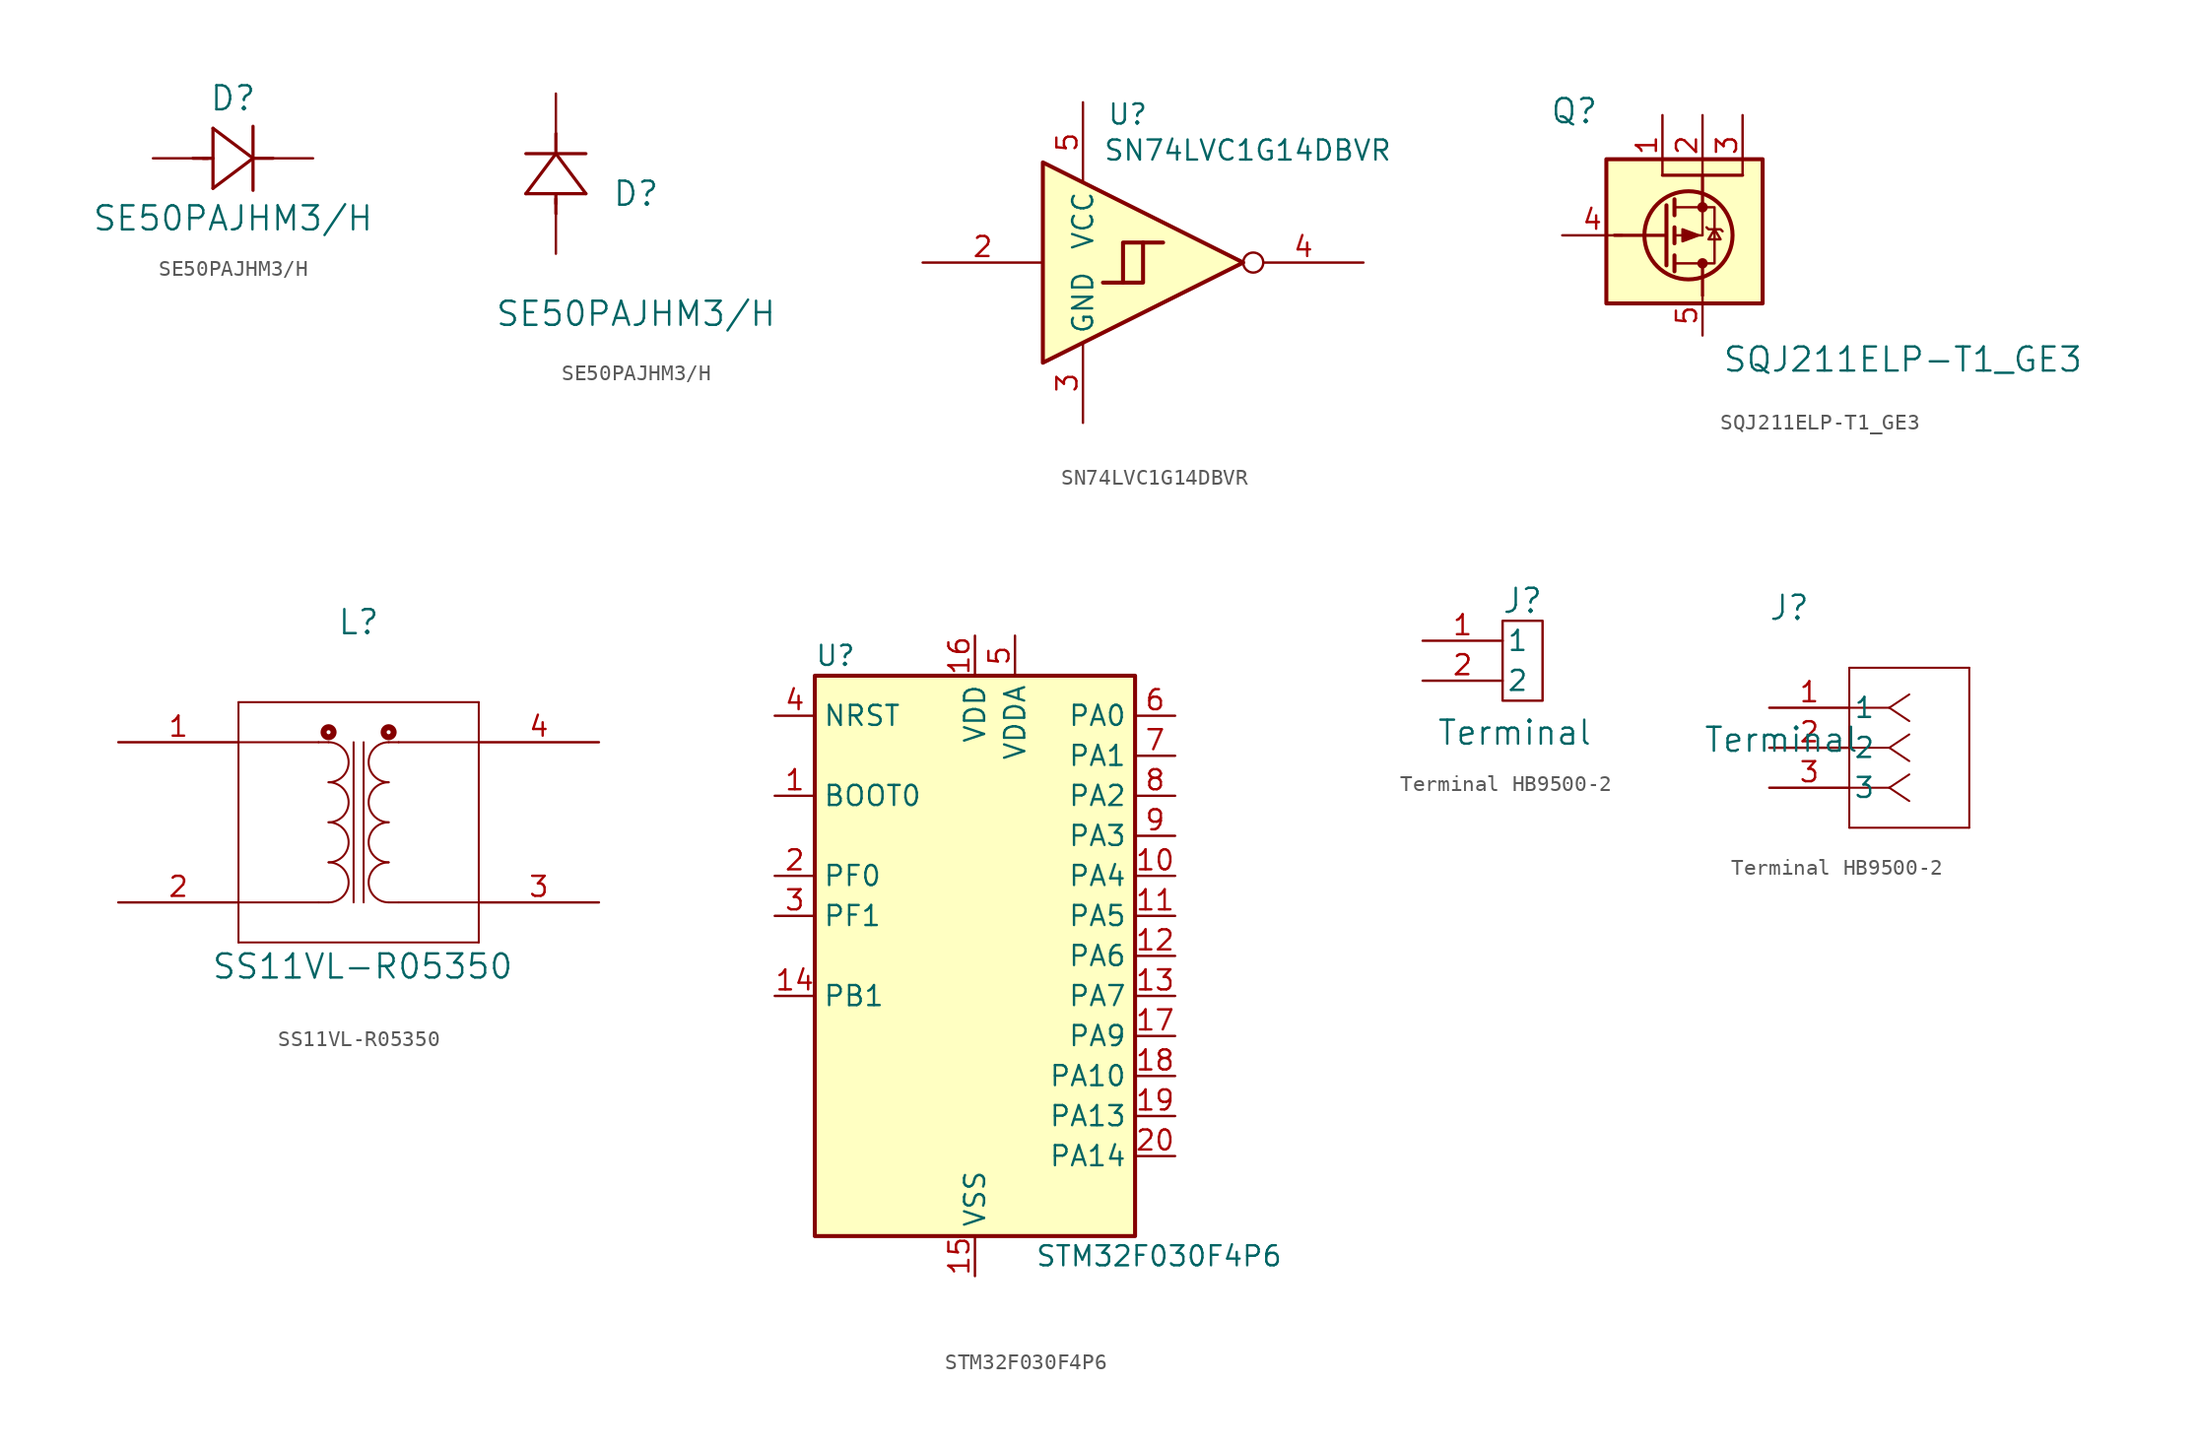
<source format=kicad_sym>
(kicad_symbol_lib
  (version 20231120)
  (generator "kicad_symbol_editor")
  (generator_version "8.0")
  (symbol "SE50PAJHM3/H"
    (pin_numbers hide)
    (pin_names
      (offset 0.254) hide)
    (property "Reference" "D"
      (at 5.08 3.81 0)
      (effects (font (size 1.524 1.524))))
    (property "Value" " SE50PAJHM3/H"
      (at 5.08 -3.81 0)
      (effects (font (size 1.524 1.524))))
    (symbol "SE50PAJHM3/H_1_1"
      (polyline (pts (xy 2.54 0) (xy 3.48 0)) (stroke (width 0.203) (type default)) (fill (type none)))
      (polyline (pts (xy 3.175 0) (xy 3.81 0)) (stroke (width 0.203) (type default)) (fill (type none)))
      (polyline (pts (xy 3.81 -1.905) (xy 6.35 0)) (stroke (width 0.203) (type default)) (fill (type none)))
      (polyline (pts (xy 3.81 1.905) (xy 3.81 -1.905)) (stroke (width 0.203) (type default)) (fill (type none)))
      (polyline (pts (xy 6.35 -2.032) (xy 6.35 2.032)) (stroke (width 0.203) (type default)) (fill (type none)))
      (polyline (pts (xy 6.35 0) (xy 3.81 1.905)) (stroke (width 0.203) (type default)) (fill (type none)))
      (polyline (pts (xy 6.35 0) (xy 7.62 0)) (stroke (width 0.203) (type default)) (fill (type none)))
      (pin unspecified line (at 10.16 0 180) (length 2.54) (name "" (effects (font (size 1.27 1.27)))) (number "1" (effects (font (size 1.27 1.27)))))
      (pin unspecified line (at 0 0 0) (length 2.54) (name "" (effects (font (size 1.27 1.27)))) (number "2" (effects (font (size 1.27 1.27))))))
    (symbol "SE50PAJHM3/H_1_2"
      (polyline (pts (xy -1.905 3.81) (xy 1.905 3.81)) (stroke (width 0.203) (type default)) (fill (type none)))
      (polyline (pts (xy 0 2.54) (xy 0 3.48)) (stroke (width 0.203) (type default)) (fill (type none)))
      (polyline (pts (xy 0 3.175) (xy 0 3.81)) (stroke (width 0.203) (type default)) (fill (type none)))
      (polyline (pts (xy 0 6.35) (xy -1.905 3.81)) (stroke (width 0.203) (type default)) (fill (type none)))
      (polyline (pts (xy 0 6.35) (xy 0 7.62)) (stroke (width 0.203) (type default)) (fill (type none)))
      (polyline (pts (xy 1.905 3.81) (xy 0 6.35)) (stroke (width 0.203) (type default)) (fill (type none)))
      (polyline (pts (xy 1.905 6.35) (xy -1.905 6.35)) (stroke (width 0.203) (type default)) (fill (type none)))
      (pin unspecified line (at 0 10.16 270) (length 2.54) (name "" (effects (font (size 1.27 1.27)))) (number "1" (effects (font (size 1.27 1.27)))))
      (pin unspecified line (at 0 0 90) (length 2.54) (name "" (effects (font (size 1.27 1.27)))) (number "2" (effects (font (size 1.27 1.27)))))))
  (symbol "SN74LVC1G14DBVR"
    (property "Reference" "U"
      (at 4.064 9.398 0)
      (effects (font (size 1.27 1.27)) (justify left)))
    (property "Value" "SN74LVC1G14DBVR"
      (at 3.81 7.112 0)
      (effects (font (size 1.27 1.27)) (justify left)))
    (symbol "SN74LVC1G14DBVR_0_1"
      (polyline (pts (xy 0 6.35) (xy 0 -6.35) (xy 12.7 0) (xy 0 6.35)) (stroke (width 0.254) (type default)) (fill (type background))))
    (symbol "SN74LVC1G14DBVR_1_1"
      (polyline (pts (xy 3.81 -1.27) (xy 6.35 -1.27) (xy 6.35 1.27)) (stroke (width 0.254) (type default)) (fill (type none)))
      (polyline (pts (xy 5.08 -1.27) (xy 5.08 1.27) (xy 7.62 1.27)) (stroke (width 0.254) (type default)) (fill (type none)))
      (pin no_connect line (at 0 5.08 180) (length 5.08) hide (name "NC" (effects (font (size 1.27 1.27)))) (number "1" (effects (font (size 1.27 1.27)))))
      (pin input line (at -7.62 0 0) (length 7.62) (name "~" (effects (font (size 1.27 1.27)))) (number "2" (effects (font (size 1.27 1.27)))))
      (pin power_in line (at 2.54 -10.16 90) (length 5.08) (name "GND" (effects (font (size 1.27 1.27)))) (number "3" (effects (font (size 1.27 1.27)))))
      (pin output inverted (at 20.32 0 180) (length 7.62) (name "~" (effects (font (size 1.27 1.27)))) (number "4" (effects (font (size 1.27 1.27)))))
      (pin power_in line (at 2.54 10.16 270) (length 5.08) (name "VCC" (effects (font (size 1.27 1.27)))) (number "5" (effects (font (size 1.27 1.27)))))))
  (symbol "SQJ211ELP-T1_GE3"
    (pin_names
      (offset 0.254) hide)
    (property "Reference" "Q"
      (at -0.508 10.414 0)
      (effects (font (size 1.524 1.524))))
    (property "Value" "SQJ211ELP-T1_GE3"
      (at 20.32 -5.334 0)
      (effects (font (size 1.524 1.524))))
    (symbol "SQJ211ELP-T1_GE3_0_1"
      (polyline (pts (xy 2.032 2.54) (xy 5.207 2.54)) (stroke (width 0.203) (type default)) (fill (type none)))
      (polyline (pts (xy 5.334 4.445) (xy 5.334 0.635)) (stroke (width 0.254) (type default)) (fill (type none)))
      (polyline (pts (xy 5.842 1.27) (xy 5.842 0.254)) (stroke (width 0.254) (type default)) (fill (type none)))
      (polyline (pts (xy 5.842 3.048) (xy 5.842 2.032)) (stroke (width 0.254) (type default)) (fill (type none)))
      (polyline (pts (xy 5.842 4.826) (xy 5.842 3.81)) (stroke (width 0.254) (type default)) (fill (type none)))
      (polyline (pts (xy 7.62 4.318) (xy 7.62 2.54) (xy 5.842 2.54)) (stroke (width 0) (type default)) (fill (type none)))
      (polyline (pts (xy 5.842 0.762) (xy 8.382 0.762) (xy 8.382 4.318) (xy 5.842 4.318)) (stroke (width 0) (type default)) (fill (type none)))
      (polyline (pts (xy 7.366 2.54) (xy 6.35 2.921) (xy 6.35 2.159) (xy 7.366 2.54)) (stroke (width 0) (type default)) (fill (type outline)))
      (polyline (pts (xy 7.874 3.048) (xy 8.001 2.921) (xy 8.763 2.921) (xy 8.89 2.794)) (stroke (width 0) (type default)) (fill (type none)))
      (polyline (pts (xy 8.382 2.921) (xy 8.001 2.286) (xy 8.763 2.286) (xy 8.382 2.921)) (stroke (width 0) (type default)) (fill (type none)))
      (circle (center 6.731 2.54) (radius 2.794) (stroke (width 0.254) (type default)) (fill (type none)))
      (circle (center 7.62 0.762) (radius 0.254) (stroke (width 0) (type default)) (fill (type outline)))
      (circle (center 7.62 4.318) (radius 0.254) (stroke (width 0) (type default)) (fill (type outline)))
      (pin unspecified line (at 5.08 10.16 270) (length 3.81) (name "S" (effects (font (size 1.27 1.27)))) (number "1" (effects (font (size 1.27 1.27)))))
      (pin unspecified line (at 7.62 10.16 270) (length 3.81) (name "S" (effects (font (size 1.27 1.27)))) (number "2" (effects (font (size 1.27 1.27)))))
      (pin unspecified line (at 10.16 10.16 270) (length 3.81) (name "S" (effects (font (size 1.27 1.27)))) (number "3" (effects (font (size 1.27 1.27)))))
      (pin unspecified line (at -1.27 2.54 0) (length 3.81) (name "G" (effects (font (size 1.27 1.27)))) (number "4" (effects (font (size 1.27 1.27)))))
      (pin unspecified line (at 7.62 -3.81 90) (length 2.54) (name "D" (effects (font (size 1.27 1.27)))) (number "5" (effects (font (size 1.27 1.27))))))
    (symbol "SQJ211ELP-T1_GE3_1_1"
      (polyline (pts (xy 5.08 6.35) (xy 10.16 6.35)) (stroke (width 0.203) (type default)) (fill (type none)))
      (polyline (pts (xy 7.62 -1.27) (xy 7.62 0.762)) (stroke (width 0.203) (type default)) (fill (type none)))
      (polyline (pts (xy 7.62 6.35) (xy 7.62 4.318)) (stroke (width 0.203) (type default)) (fill (type none)))
      (rectangle (start 1.524 7.366) (end 11.43 -1.778) (stroke (width 0.254) (type default)) (fill (type background)))))
  (symbol "SS11VL-R05350"
    (pin_names
      (offset 0.254) hide)
    (property "Reference" "L"
      (at 15.24 17.78 0)
      (effects (font (size 1.524 1.524))))
    (property "Value" "SS11VL-R05350"
      (at 15.494 -4.064 0)
      (effects (font (size 1.524 1.524))))
    (symbol "SS11VL-R05350_0_1"
      (polyline (pts (xy 7.62 -2.54) (xy 22.86 -2.54)) (stroke (width 0.127) (type default)) (fill (type none)))
      (polyline (pts (xy 7.62 0) (xy 12.7 0)) (stroke (width 0.127) (type default)) (fill (type none)))
      (polyline (pts (xy 7.62 10.16) (xy 12.7 10.16)) (stroke (width 0.127) (type default)) (fill (type none)))
      (polyline (pts (xy 7.62 12.7) (xy 7.62 -2.54)) (stroke (width 0.127) (type default)) (fill (type none)))
      (polyline (pts (xy 12.7 10.16) (xy 13.335 10.16)) (stroke (width 0.127) (type default)) (fill (type none)))
      (polyline (pts (xy 13.335 0) (xy 12.7 0)) (stroke (width 0.127) (type default)) (fill (type none)))
      (polyline (pts (xy 14.922 10.16) (xy 14.922 0)) (stroke (width 0.127) (type default)) (fill (type none)))
      (polyline (pts (xy 15.557 10.16) (xy 15.557 0)) (stroke (width 0.127) (type default)) (fill (type none)))
      (polyline (pts (xy 17.145 0) (xy 17.78 0)) (stroke (width 0.127) (type default)) (fill (type none)))
      (polyline (pts (xy 17.78 10.16) (xy 17.145 10.16)) (stroke (width 0.127) (type default)) (fill (type none)))
      (polyline (pts (xy 22.86 -2.54) (xy 22.86 12.7)) (stroke (width 0.127) (type default)) (fill (type none)))
      (polyline (pts (xy 22.86 0) (xy 17.78 0)) (stroke (width 0.127) (type default)) (fill (type none)))
      (polyline (pts (xy 22.86 10.16) (xy 17.78 10.16)) (stroke (width 0.127) (type default)) (fill (type none)))
      (polyline (pts (xy 22.86 12.7) (xy 7.62 12.7)) (stroke (width 0.127) (type default)) (fill (type none)))
      (arc (start 13.335 0) (mid 14.6 1.27) (end 13.335 2.54) (stroke (width 0.127) (type default)) (fill (type none)))
      (arc (start 13.335 2.54) (mid 14.6 3.81) (end 13.335 5.08) (stroke (width 0.127) (type default)) (fill (type none)))
      (arc (start 13.335 5.08) (mid 14.6 6.35) (end 13.335 7.62) (stroke (width 0.127) (type default)) (fill (type none)))
      (arc (start 13.335 7.62) (mid 14.6 8.89) (end 13.335 10.16) (stroke (width 0.127) (type default)) (fill (type none)))
      (circle (center 13.335 10.795) (radius 0.127) (stroke (width 0.381) (type default)) (fill (type none)))
      (arc (start 17.145 2.54) (mid 15.88 1.27) (end 17.145 0) (stroke (width 0.127) (type default)) (fill (type none)))
      (arc (start 17.145 5.08) (mid 15.88 3.81) (end 17.145 2.54) (stroke (width 0.127) (type default)) (fill (type none)))
      (arc (start 17.145 7.62) (mid 15.88 6.35) (end 17.145 5.08) (stroke (width 0.127) (type default)) (fill (type none)))
      (arc (start 17.145 10.16) (mid 15.88 8.89) (end 17.145 7.62) (stroke (width 0.127) (type default)) (fill (type none)))
      (circle (center 17.145 10.795) (radius 0.127) (stroke (width 0.381) (type default)) (fill (type none)))
      (pin unspecified line (at 0 10.16 0) (length 7.62) (name "1" (effects (font (size 1.27 1.27)))) (number "1" (effects (font (size 1.27 1.27)))))
      (pin unspecified line (at 0 0 0) (length 7.62) (name "2" (effects (font (size 1.27 1.27)))) (number "2" (effects (font (size 1.27 1.27)))))
      (pin unspecified line (at 30.48 0 180) (length 7.62) (name "3" (effects (font (size 1.27 1.27)))) (number "3" (effects (font (size 1.27 1.27)))))
      (pin unspecified line (at 30.48 10.16 180) (length 7.62) (name "4" (effects (font (size 1.27 1.27)))) (number "4" (effects (font (size 1.27 1.27)))))))
  (symbol "STM32F030F4P6"
    (property "Reference" "U"
      (at 0 36.83 0)
      (effects (font (size 1.27 1.27)) (justify left)))
    (property "Value" "STM32F030F4P6"
      (at 13.97 -1.27 0)
      (effects (font (size 1.27 1.27)) (justify left)))
    (symbol "STM32F030F4P6_0_1"
      (rectangle (start 0 0) (end 20.32 35.56) (stroke (width 0.254) (type default)) (fill (type background))))
    (symbol "STM32F030F4P6_1_1"
      (pin input line (at -2.54 27.94 0) (length 2.54) (name "BOOT0" (effects (font (size 1.27 1.27)))) (number "1" (effects (font (size 1.27 1.27)))))
      (pin bidirectional line (at 22.86 22.86 180) (length 2.54) (name "PA4" (effects (font (size 1.27 1.27)))) (number "10" (effects (font (size 1.27 1.27)))) (alternate "ADC_IN4" bidirectional line) (alternate "SPI1_NSS" bidirectional line) (alternate "TIM14_CH1" bidirectional line) (alternate "USART1_CK" bidirectional line))
      (pin bidirectional line (at 22.86 20.32 180) (length 2.54) (name "PA5" (effects (font (size 1.27 1.27)))) (number "11" (effects (font (size 1.27 1.27)))) (alternate "ADC_IN5" bidirectional line) (alternate "SPI1_SCK" bidirectional line))
      (pin bidirectional line (at 22.86 17.78 180) (length 2.54) (name "PA6" (effects (font (size 1.27 1.27)))) (number "12" (effects (font (size 1.27 1.27)))) (alternate "ADC_IN6" bidirectional line) (alternate "SPI1_MISO" bidirectional line) (alternate "TIM16_CH1" bidirectional line) (alternate "TIM1_BKIN" bidirectional line) (alternate "TIM3_CH1" bidirectional line))
      (pin bidirectional line (at 22.86 15.24 180) (length 2.54) (name "PA7" (effects (font (size 1.27 1.27)))) (number "13" (effects (font (size 1.27 1.27)))) (alternate "ADC_IN7" bidirectional line) (alternate "SPI1_MOSI" bidirectional line) (alternate "TIM14_CH1" bidirectional line) (alternate "TIM17_CH1" bidirectional line) (alternate "TIM1_CH1N" bidirectional line) (alternate "TIM3_CH2" bidirectional line))
      (pin bidirectional line (at -2.54 15.24 0) (length 2.54) (name "PB1" (effects (font (size 1.27 1.27)))) (number "14" (effects (font (size 1.27 1.27)))) (alternate "ADC_IN9" bidirectional line) (alternate "TIM14_CH1" bidirectional line) (alternate "TIM1_CH3N" bidirectional line) (alternate "TIM3_CH4" bidirectional line))
      (pin power_in line (at 10.16 -2.54 90) (length 2.54) (name "VSS" (effects (font (size 1.27 1.27)))) (number "15" (effects (font (size 1.27 1.27)))))
      (pin power_in line (at 10.16 38.1 270) (length 2.54) (name "VDD" (effects (font (size 1.27 1.27)))) (number "16" (effects (font (size 1.27 1.27)))))
      (pin bidirectional line (at 22.86 12.7 180) (length 2.54) (name "PA9" (effects (font (size 1.27 1.27)))) (number "17" (effects (font (size 1.27 1.27)))) (alternate "I2C1_SCL" bidirectional line) (alternate "TIM1_CH2" bidirectional line) (alternate "USART1_TX" bidirectional line))
      (pin bidirectional line (at 22.86 10.16 180) (length 2.54) (name "PA10" (effects (font (size 1.27 1.27)))) (number "18" (effects (font (size 1.27 1.27)))) (alternate "I2C1_SDA" bidirectional line) (alternate "TIM17_BKIN" bidirectional line) (alternate "TIM1_CH3" bidirectional line) (alternate "USART1_RX" bidirectional line))
      (pin bidirectional line (at 22.86 7.62 180) (length 2.54) (name "PA13" (effects (font (size 1.27 1.27)))) (number "19" (effects (font (size 1.27 1.27)))) (alternate "IR_OUT" bidirectional line) (alternate "SYS_SWDIO" bidirectional line))
      (pin bidirectional line (at -2.54 22.86 0) (length 2.54) (name "PF0" (effects (font (size 1.27 1.27)))) (number "2" (effects (font (size 1.27 1.27)))) (alternate "RCC_OSC_IN" bidirectional line))
      (pin bidirectional line (at 22.86 5.08 180) (length 2.54) (name "PA14" (effects (font (size 1.27 1.27)))) (number "20" (effects (font (size 1.27 1.27)))) (alternate "SYS_SWCLK" bidirectional line) (alternate "USART1_TX" bidirectional line))
      (pin bidirectional line (at -2.54 20.32 0) (length 2.54) (name "PF1" (effects (font (size 1.27 1.27)))) (number "3" (effects (font (size 1.27 1.27)))) (alternate "RCC_OSC_OUT" bidirectional line))
      (pin input line (at -2.54 33.02 0) (length 2.54) (name "NRST" (effects (font (size 1.27 1.27)))) (number "4" (effects (font (size 1.27 1.27)))))
      (pin power_in line (at 12.7 38.1 270) (length 2.54) (name "VDDA" (effects (font (size 1.27 1.27)))) (number "5" (effects (font (size 1.27 1.27)))))
      (pin bidirectional line (at 22.86 33.02 180) (length 2.54) (name "PA0" (effects (font (size 1.27 1.27)))) (number "6" (effects (font (size 1.27 1.27)))) (alternate "ADC_IN0" bidirectional line) (alternate "RTC_TAMP2" bidirectional line) (alternate "SYS_WKUP1" bidirectional line) (alternate "USART1_CTS" bidirectional line))
      (pin bidirectional line (at 22.86 30.48 180) (length 2.54) (name "PA1" (effects (font (size 1.27 1.27)))) (number "7" (effects (font (size 1.27 1.27)))) (alternate "ADC_IN1" bidirectional line) (alternate "USART1_DE" bidirectional line) (alternate "USART1_RTS" bidirectional line))
      (pin bidirectional line (at 22.86 27.94 180) (length 2.54) (name "PA2" (effects (font (size 1.27 1.27)))) (number "8" (effects (font (size 1.27 1.27)))) (alternate "ADC_IN2" bidirectional line) (alternate "USART1_TX" bidirectional line))
      (pin bidirectional line (at 22.86 25.4 180) (length 2.54) (name "PA3" (effects (font (size 1.27 1.27)))) (number "9" (effects (font (size 1.27 1.27)))) (alternate "ADC_IN3" bidirectional line) (alternate "USART1_RX" bidirectional line))))
  (symbol "Terminal HB9500-2"
    (pin_names
      (offset 0.254))
    (property "Reference" "J"
      (at 1.27 6.35 0)
      (effects (font (size 1.524 1.524))))
    (property "Value" "Terminal"
      (at 0.762 -2.032 0)
      (effects (font (size 1.524 1.524))))
    (symbol "Terminal HB9500-2_1_1"
      (polyline (pts (xy 0 5.08) (xy 0 0) (xy 2.54 0) (xy 2.54 5.08) (xy 0 5.08)) (stroke (width 0) (type default)) (fill (type none)))
      (pin unspecified line (at -5.08 3.81 0) (length 5.08) (name "1" (effects (font (size 1.27 1.27)))) (number "1" (effects (font (size 1.27 1.27)))))
      (pin unspecified line (at -5.08 1.27 0) (length 5.08) (name "2" (effects (font (size 1.27 1.27)))) (number "2" (effects (font (size 1.27 1.27))))))
    (symbol "Terminal HB9500-2_1_2"
      (polyline (pts (xy 5.08 -7.62) (xy 12.7 -7.62)) (stroke (width 0.127) (type default)) (fill (type none)))
      (polyline (pts (xy 5.08 2.54) (xy 5.08 -7.62)) (stroke (width 0.127) (type default)) (fill (type none)))
      (polyline (pts (xy 7.62 -5.08) (xy 5.08 -5.08)) (stroke (width 0.127) (type default)) (fill (type none)))
      (polyline (pts (xy 7.62 -5.08) (xy 8.89 -5.927)) (stroke (width 0.127) (type default)) (fill (type none)))
      (polyline (pts (xy 7.62 -5.08) (xy 8.89 -4.233)) (stroke (width 0.127) (type default)) (fill (type none)))
      (polyline (pts (xy 7.62 -2.54) (xy 5.08 -2.54)) (stroke (width 0.127) (type default)) (fill (type none)))
      (polyline (pts (xy 7.62 -2.54) (xy 8.89 -3.387)) (stroke (width 0.127) (type default)) (fill (type none)))
      (polyline (pts (xy 7.62 -2.54) (xy 8.89 -1.693)) (stroke (width 0.127) (type default)) (fill (type none)))
      (polyline (pts (xy 7.62 0) (xy 5.08 0)) (stroke (width 0.127) (type default)) (fill (type none)))
      (polyline (pts (xy 7.62 0) (xy 8.89 -0.847)) (stroke (width 0.127) (type default)) (fill (type none)))
      (polyline (pts (xy 7.62 0) (xy 8.89 0.847)) (stroke (width 0.127) (type default)) (fill (type none)))
      (polyline (pts (xy 12.7 -7.62) (xy 12.7 2.54)) (stroke (width 0.127) (type default)) (fill (type none)))
      (polyline (pts (xy 12.7 2.54) (xy 5.08 2.54)) (stroke (width 0.127) (type default)) (fill (type none)))
      (pin unspecified line (at 0 0 0) (length 5.08) (name "1" (effects (font (size 1.27 1.27)))) (number "1" (effects (font (size 1.27 1.27)))))
      (pin unspecified line (at 0 -2.54 0) (length 5.08) (name "2" (effects (font (size 1.27 1.27)))) (number "2" (effects (font (size 1.27 1.27)))))
      (pin unspecified line (at 0 -5.08 0) (length 5.08) (name "3" (effects (font (size 1.27 1.27)))) (number "3" (effects (font (size 1.27 1.27))))))))
</source>
